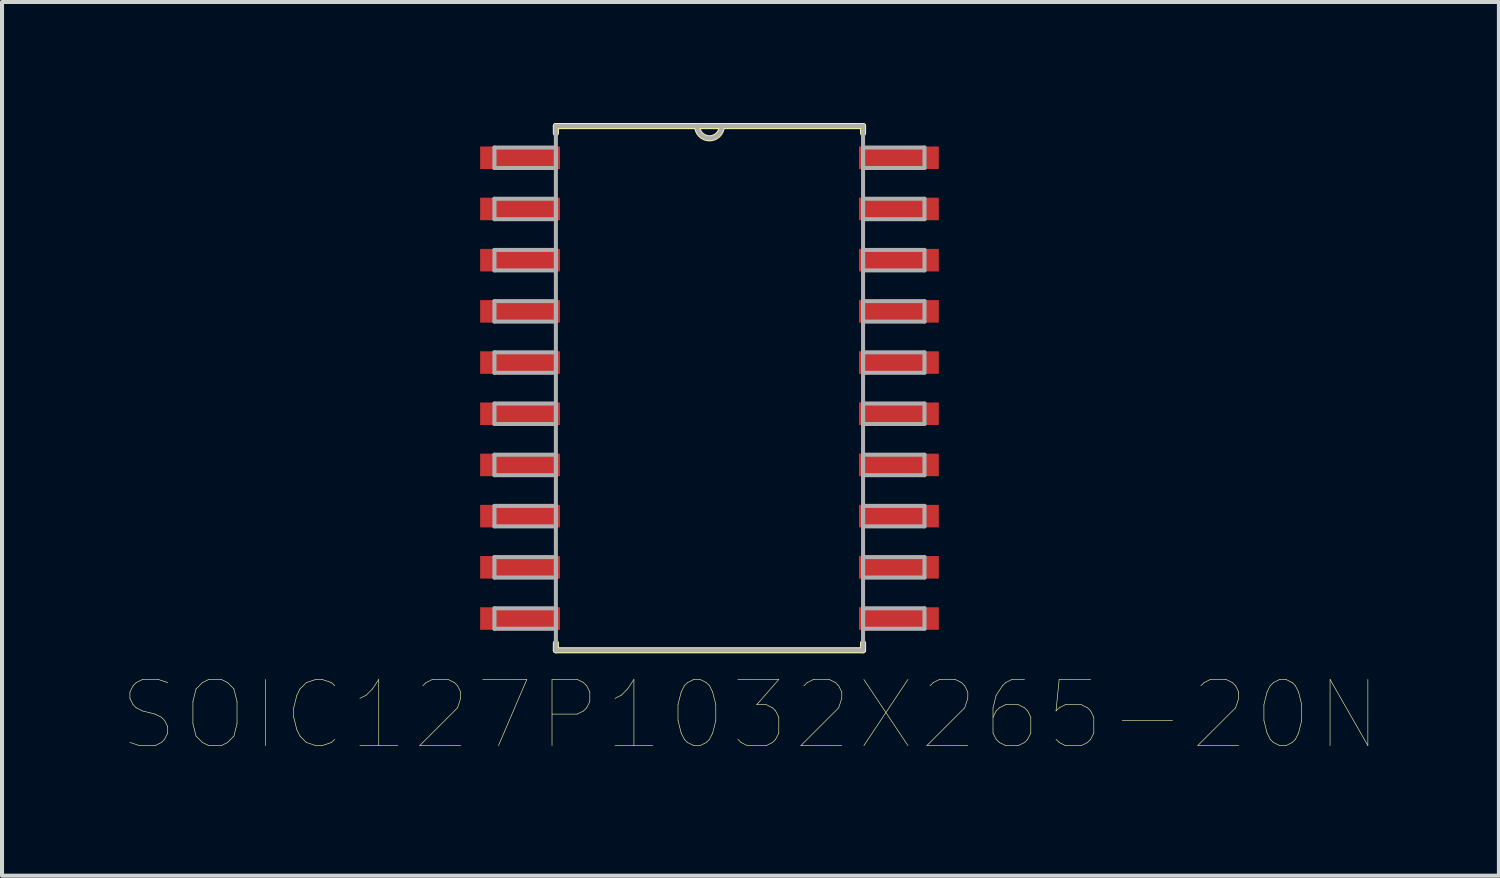
<source format=kicad_pcb>
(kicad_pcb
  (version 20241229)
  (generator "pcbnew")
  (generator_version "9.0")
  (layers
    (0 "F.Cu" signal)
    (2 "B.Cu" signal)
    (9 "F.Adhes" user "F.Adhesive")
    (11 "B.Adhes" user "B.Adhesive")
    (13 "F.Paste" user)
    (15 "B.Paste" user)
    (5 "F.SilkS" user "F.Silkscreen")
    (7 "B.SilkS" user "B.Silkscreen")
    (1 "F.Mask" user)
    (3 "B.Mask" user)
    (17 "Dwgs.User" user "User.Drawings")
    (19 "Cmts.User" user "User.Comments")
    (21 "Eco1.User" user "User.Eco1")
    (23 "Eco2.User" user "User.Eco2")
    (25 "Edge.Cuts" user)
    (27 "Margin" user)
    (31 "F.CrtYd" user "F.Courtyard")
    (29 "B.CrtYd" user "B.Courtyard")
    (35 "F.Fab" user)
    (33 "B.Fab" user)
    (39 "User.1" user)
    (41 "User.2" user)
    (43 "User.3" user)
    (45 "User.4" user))
  (footprint "SOIC127P1032X265-20N"
    (layer "F.Cu")
    (at 14.55 6.579)
    (property "Reference" "SOIC127P1032X265-20N" (at 1.017 8.109 0) (layer "F.SilkS") (effects (font (size 1.641 1.641) (thickness 0.015))))
    (attr through_hole)
    (fp_line (start -3.81 -6.502) (end -3.81 -6.325) (stroke (width 0.152) (type solid)) (layer "F.SilkS"))
    (fp_line (start -3.81 6.325) (end -3.81 6.502) (stroke (width 0.152) (type solid)) (layer "F.SilkS"))
    (fp_line (start -3.81 6.502) (end 3.81 6.502) (stroke (width 0.152) (type solid)) (layer "F.SilkS"))
    (fp_line (start -0.305 -6.502) (end -3.81 -6.502) (stroke (width 0.152) (type solid)) (layer "F.SilkS"))
    (fp_line (start 0.305 -6.502) (end -0.305 -6.502) (stroke (width 0.152) (type solid)) (layer "F.SilkS"))
    (fp_line (start 3.81 -6.502) (end 0.305 -6.502) (stroke (width 0.152) (type solid)) (layer "F.SilkS"))
    (fp_line (start 3.81 -6.325) (end 3.81 -6.502) (stroke (width 0.152) (type solid)) (layer "F.SilkS"))
    (fp_line (start 3.81 6.502) (end 3.81 6.325) (stroke (width 0.152) (type solid)) (layer "F.SilkS"))
    (fp_arc (start 0.3048 -6.5024) (mid 0 -6.1976) (end -0.3048 -6.5024) (stroke (width 0.1524) (type solid)) (layer "F.SilkS"))
    (fp_line (start -5.334 -5.969) (end -5.334 -5.461) (stroke (width 0.1) (type solid)) (layer "F.Fab"))
    (fp_line (start -5.334 -5.461) (end -3.81 -5.461) (stroke (width 0.1) (type solid)) (layer "F.Fab"))
    (fp_line (start -5.334 -4.699) (end -5.334 -4.191) (stroke (width 0.1) (type solid)) (layer "F.Fab"))
    (fp_line (start -5.334 -4.191) (end -3.81 -4.191) (stroke (width 0.1) (type solid)) (layer "F.Fab"))
    (fp_line (start -5.334 -3.429) (end -5.334 -2.921) (stroke (width 0.1) (type solid)) (layer "F.Fab"))
    (fp_line (start -5.334 -2.921) (end -3.81 -2.921) (stroke (width 0.1) (type solid)) (layer "F.Fab"))
    (fp_line (start -5.334 -2.159) (end -5.334 -1.651) (stroke (width 0.1) (type solid)) (layer "F.Fab"))
    (fp_line (start -5.334 -1.651) (end -3.81 -1.651) (stroke (width 0.1) (type solid)) (layer "F.Fab"))
    (fp_line (start -5.334 -0.889) (end -5.334 -0.381) (stroke (width 0.1) (type solid)) (layer "F.Fab"))
    (fp_line (start -5.334 -0.381) (end -3.81 -0.381) (stroke (width 0.1) (type solid)) (layer "F.Fab"))
    (fp_line (start -5.334 0.381) (end -5.334 0.889) (stroke (width 0.1) (type solid)) (layer "F.Fab"))
    (fp_line (start -5.334 0.889) (end -3.81 0.889) (stroke (width 0.1) (type solid)) (layer "F.Fab"))
    (fp_line (start -5.334 1.651) (end -5.334 2.159) (stroke (width 0.1) (type solid)) (layer "F.Fab"))
    (fp_line (start -5.334 2.159) (end -3.81 2.159) (stroke (width 0.1) (type solid)) (layer "F.Fab"))
    (fp_line (start -5.334 2.921) (end -5.334 3.429) (stroke (width 0.1) (type solid)) (layer "F.Fab"))
    (fp_line (start -5.334 3.429) (end -3.81 3.429) (stroke (width 0.1) (type solid)) (layer "F.Fab"))
    (fp_line (start -5.334 4.191) (end -5.334 4.699) (stroke (width 0.1) (type solid)) (layer "F.Fab"))
    (fp_line (start -5.334 4.699) (end -3.81 4.699) (stroke (width 0.1) (type solid)) (layer "F.Fab"))
    (fp_line (start -5.334 5.461) (end -5.334 5.969) (stroke (width 0.1) (type solid)) (layer "F.Fab"))
    (fp_line (start -5.334 5.969) (end -3.81 5.969) (stroke (width 0.1) (type solid)) (layer "F.Fab"))
    (fp_line (start -3.81 -6.502) (end -3.81 6.502) (stroke (width 0.1) (type solid)) (layer "F.Fab"))
    (fp_line (start -3.81 -5.969) (end -5.334 -5.969) (stroke (width 0.1) (type solid)) (layer "F.Fab"))
    (fp_line (start -3.81 -5.461) (end -3.81 -5.969) (stroke (width 0.1) (type solid)) (layer "F.Fab"))
    (fp_line (start -3.81 -4.699) (end -5.334 -4.699) (stroke (width 0.1) (type solid)) (layer "F.Fab"))
    (fp_line (start -3.81 -4.191) (end -3.81 -4.699) (stroke (width 0.1) (type solid)) (layer "F.Fab"))
    (fp_line (start -3.81 -3.429) (end -5.334 -3.429) (stroke (width 0.1) (type solid)) (layer "F.Fab"))
    (fp_line (start -3.81 -2.921) (end -3.81 -3.429) (stroke (width 0.1) (type solid)) (layer "F.Fab"))
    (fp_line (start -3.81 -2.159) (end -5.334 -2.159) (stroke (width 0.1) (type solid)) (layer "F.Fab"))
    (fp_line (start -3.81 -1.651) (end -3.81 -2.159) (stroke (width 0.1) (type solid)) (layer "F.Fab"))
    (fp_line (start -3.81 -0.889) (end -5.334 -0.889) (stroke (width 0.1) (type solid)) (layer "F.Fab"))
    (fp_line (start -3.81 -0.381) (end -3.81 -0.889) (stroke (width 0.1) (type solid)) (layer "F.Fab"))
    (fp_line (start -3.81 0.381) (end -5.334 0.381) (stroke (width 0.1) (type solid)) (layer "F.Fab"))
    (fp_line (start -3.81 0.889) (end -3.81 0.381) (stroke (width 0.1) (type solid)) (layer "F.Fab"))
    (fp_line (start -3.81 1.651) (end -5.334 1.651) (stroke (width 0.1) (type solid)) (layer "F.Fab"))
    (fp_line (start -3.81 2.159) (end -3.81 1.651) (stroke (width 0.1) (type solid)) (layer "F.Fab"))
    (fp_line (start -3.81 2.921) (end -5.334 2.921) (stroke (width 0.1) (type solid)) (layer "F.Fab"))
    (fp_line (start -3.81 3.429) (end -3.81 2.921) (stroke (width 0.1) (type solid)) (layer "F.Fab"))
    (fp_line (start -3.81 4.191) (end -5.334 4.191) (stroke (width 0.1) (type solid)) (layer "F.Fab"))
    (fp_line (start -3.81 4.699) (end -3.81 4.191) (stroke (width 0.1) (type solid)) (layer "F.Fab"))
    (fp_line (start -3.81 5.461) (end -5.334 5.461) (stroke (width 0.1) (type solid)) (layer "F.Fab"))
    (fp_line (start -3.81 5.969) (end -3.81 5.461) (stroke (width 0.1) (type solid)) (layer "F.Fab"))
    (fp_line (start -3.81 6.502) (end 3.81 6.502) (stroke (width 0.1) (type solid)) (layer "F.Fab"))
    (fp_line (start -0.305 -6.502) (end -3.81 -6.502) (stroke (width 0.1) (type solid)) (layer "F.Fab"))
    (fp_line (start 0.305 -6.502) (end -0.305 -6.502) (stroke (width 0.1) (type solid)) (layer "F.Fab"))
    (fp_line (start 3.81 -6.502) (end 0.305 -6.502) (stroke (width 0.1) (type solid)) (layer "F.Fab"))
    (fp_line (start 3.81 -5.969) (end 3.81 -5.461) (stroke (width 0.1) (type solid)) (layer "F.Fab"))
    (fp_line (start 3.81 -5.461) (end 5.334 -5.461) (stroke (width 0.1) (type solid)) (layer "F.Fab"))
    (fp_line (start 3.81 -4.699) (end 3.81 -4.191) (stroke (width 0.1) (type solid)) (layer "F.Fab"))
    (fp_line (start 3.81 -4.191) (end 5.334 -4.191) (stroke (width 0.1) (type solid)) (layer "F.Fab"))
    (fp_line (start 3.81 -3.429) (end 3.81 -2.921) (stroke (width 0.1) (type solid)) (layer "F.Fab"))
    (fp_line (start 3.81 -2.921) (end 5.334 -2.921) (stroke (width 0.1) (type solid)) (layer "F.Fab"))
    (fp_line (start 3.81 -2.159) (end 3.81 -1.651) (stroke (width 0.1) (type solid)) (layer "F.Fab"))
    (fp_line (start 3.81 -1.651) (end 5.334 -1.651) (stroke (width 0.1) (type solid)) (layer "F.Fab"))
    (fp_line (start 3.81 -0.889) (end 3.81 -0.381) (stroke (width 0.1) (type solid)) (layer "F.Fab"))
    (fp_line (start 3.81 -0.381) (end 5.334 -0.381) (stroke (width 0.1) (type solid)) (layer "F.Fab"))
    (fp_line (start 3.81 0.381) (end 3.81 0.889) (stroke (width 0.1) (type solid)) (layer "F.Fab"))
    (fp_line (start 3.81 0.889) (end 5.334 0.889) (stroke (width 0.1) (type solid)) (layer "F.Fab"))
    (fp_line (start 3.81 1.651) (end 3.81 2.159) (stroke (width 0.1) (type solid)) (layer "F.Fab"))
    (fp_line (start 3.81 2.159) (end 5.334 2.159) (stroke (width 0.1) (type solid)) (layer "F.Fab"))
    (fp_line (start 3.81 2.921) (end 3.81 3.429) (stroke (width 0.1) (type solid)) (layer "F.Fab"))
    (fp_line (start 3.81 3.429) (end 5.334 3.429) (stroke (width 0.1) (type solid)) (layer "F.Fab"))
    (fp_line (start 3.81 4.191) (end 3.81 4.699) (stroke (width 0.1) (type solid)) (layer "F.Fab"))
    (fp_line (start 3.81 4.699) (end 5.334 4.699) (stroke (width 0.1) (type solid)) (layer "F.Fab"))
    (fp_line (start 3.81 5.461) (end 3.81 5.969) (stroke (width 0.1) (type solid)) (layer "F.Fab"))
    (fp_line (start 3.81 5.969) (end 5.334 5.969) (stroke (width 0.1) (type solid)) (layer "F.Fab"))
    (fp_line (start 3.81 6.502) (end 3.81 -6.502) (stroke (width 0.1) (type solid)) (layer "F.Fab"))
    (fp_line (start 5.334 -5.969) (end 3.81 -5.969) (stroke (width 0.1) (type solid)) (layer "F.Fab"))
    (fp_line (start 5.334 -5.461) (end 5.334 -5.969) (stroke (width 0.1) (type solid)) (layer "F.Fab"))
    (fp_line (start 5.334 -4.699) (end 3.81 -4.699) (stroke (width 0.1) (type solid)) (layer "F.Fab"))
    (fp_line (start 5.334 -4.191) (end 5.334 -4.699) (stroke (width 0.1) (type solid)) (layer "F.Fab"))
    (fp_line (start 5.334 -3.429) (end 3.81 -3.429) (stroke (width 0.1) (type solid)) (layer "F.Fab"))
    (fp_line (start 5.334 -2.921) (end 5.334 -3.429) (stroke (width 0.1) (type solid)) (layer "F.Fab"))
    (fp_line (start 5.334 -2.159) (end 3.81 -2.159) (stroke (width 0.1) (type solid)) (layer "F.Fab"))
    (fp_line (start 5.334 -1.651) (end 5.334 -2.159) (stroke (width 0.1) (type solid)) (layer "F.Fab"))
    (fp_line (start 5.334 -0.889) (end 3.81 -0.889) (stroke (width 0.1) (type solid)) (layer "F.Fab"))
    (fp_line (start 5.334 -0.381) (end 5.334 -0.889) (stroke (width 0.1) (type solid)) (layer "F.Fab"))
    (fp_line (start 5.334 0.381) (end 3.81 0.381) (stroke (width 0.1) (type solid)) (layer "F.Fab"))
    (fp_line (start 5.334 0.889) (end 5.334 0.381) (stroke (width 0.1) (type solid)) (layer "F.Fab"))
    (fp_line (start 5.334 1.651) (end 3.81 1.651) (stroke (width 0.1) (type solid)) (layer "F.Fab"))
    (fp_line (start 5.334 2.159) (end 5.334 1.651) (stroke (width 0.1) (type solid)) (layer "F.Fab"))
    (fp_line (start 5.334 2.921) (end 3.81 2.921) (stroke (width 0.1) (type solid)) (layer "F.Fab"))
    (fp_line (start 5.334 3.429) (end 5.334 2.921) (stroke (width 0.1) (type solid)) (layer "F.Fab"))
    (fp_line (start 5.334 4.191) (end 3.81 4.191) (stroke (width 0.1) (type solid)) (layer "F.Fab"))
    (fp_line (start 5.334 4.699) (end 5.334 4.191) (stroke (width 0.1) (type solid)) (layer "F.Fab"))
    (fp_line (start 5.334 5.461) (end 3.81 5.461) (stroke (width 0.1) (type solid)) (layer "F.Fab"))
    (fp_line (start 5.334 5.969) (end 5.334 5.461) (stroke (width 0.1) (type solid)) (layer "F.Fab"))
    (fp_arc (start 0.3048 -6.5024) (mid 0 -6.1976) (end -0.3048 -6.5024) (stroke (width 0.1) (type solid)) (layer "F.Fab"))
    (pad "1" smd rect (at -4.699 -5.715) (size 1.981 0.559) (layers "F.Cu" "F.Mask" "F.Paste"))
    (pad "2" smd rect (at -4.699 -4.445) (size 1.981 0.559) (layers "F.Cu" "F.Mask" "F.Paste"))
    (pad "3" smd rect (at -4.699 -3.175) (size 1.981 0.559) (layers "F.Cu" "F.Mask" "F.Paste"))
    (pad "4" smd rect (at -4.699 -1.905) (size 1.981 0.559) (layers "F.Cu" "F.Mask" "F.Paste"))
    (pad "5" smd rect (at -4.699 -0.635) (size 1.981 0.559) (layers "F.Cu" "F.Mask" "F.Paste"))
    (pad "6" smd rect (at -4.699 0.635) (size 1.981 0.559) (layers "F.Cu" "F.Mask" "F.Paste"))
    (pad "7" smd rect (at -4.699 1.905) (size 1.981 0.559) (layers "F.Cu" "F.Mask" "F.Paste"))
    (pad "8" smd rect (at -4.699 3.175) (size 1.981 0.559) (layers "F.Cu" "F.Mask" "F.Paste"))
    (pad "9" smd rect (at -4.699 4.445) (size 1.981 0.559) (layers "F.Cu" "F.Mask" "F.Paste"))
    (pad "10" smd rect (at -4.699 5.715) (size 1.981 0.559) (layers "F.Cu" "F.Mask" "F.Paste"))
    (pad "11" smd rect (at 4.699 5.715) (size 1.981 0.559) (layers "F.Cu" "F.Mask" "F.Paste"))
    (pad "12" smd rect (at 4.699 4.445) (size 1.981 0.559) (layers "F.Cu" "F.Mask" "F.Paste"))
    (pad "13" smd rect (at 4.699 3.175) (size 1.981 0.559) (layers "F.Cu" "F.Mask" "F.Paste"))
    (pad "14" smd rect (at 4.699 1.905) (size 1.981 0.559) (layers "F.Cu" "F.Mask" "F.Paste"))
    (pad "15" smd rect (at 4.699 0.635) (size 1.981 0.559) (layers "F.Cu" "F.Mask" "F.Paste"))
    (pad "16" smd rect (at 4.699 -0.635) (size 1.981 0.559) (layers "F.Cu" "F.Mask" "F.Paste"))
    (pad "17" smd rect (at 4.699 -1.905) (size 1.981 0.559) (layers "F.Cu" "F.Mask" "F.Paste"))
    (pad "18" smd rect (at 4.699 -3.175) (size 1.981 0.559) (layers "F.Cu" "F.Mask" "F.Paste"))
    (pad "19" smd rect (at 4.699 -4.445) (size 1.981 0.559) (layers "F.Cu" "F.Mask" "F.Paste"))
    (pad "20" smd rect (at 4.699 -5.715) (size 1.981 0.559) (layers "F.Cu" "F.Mask" "F.Paste")))
  (gr_rect
    (start -3 -3)
    (end 34.134 18.674)
    (stroke (width 0.1) (type default))
    (fill no)
    (layer "Edge.Cuts")))
</source>
